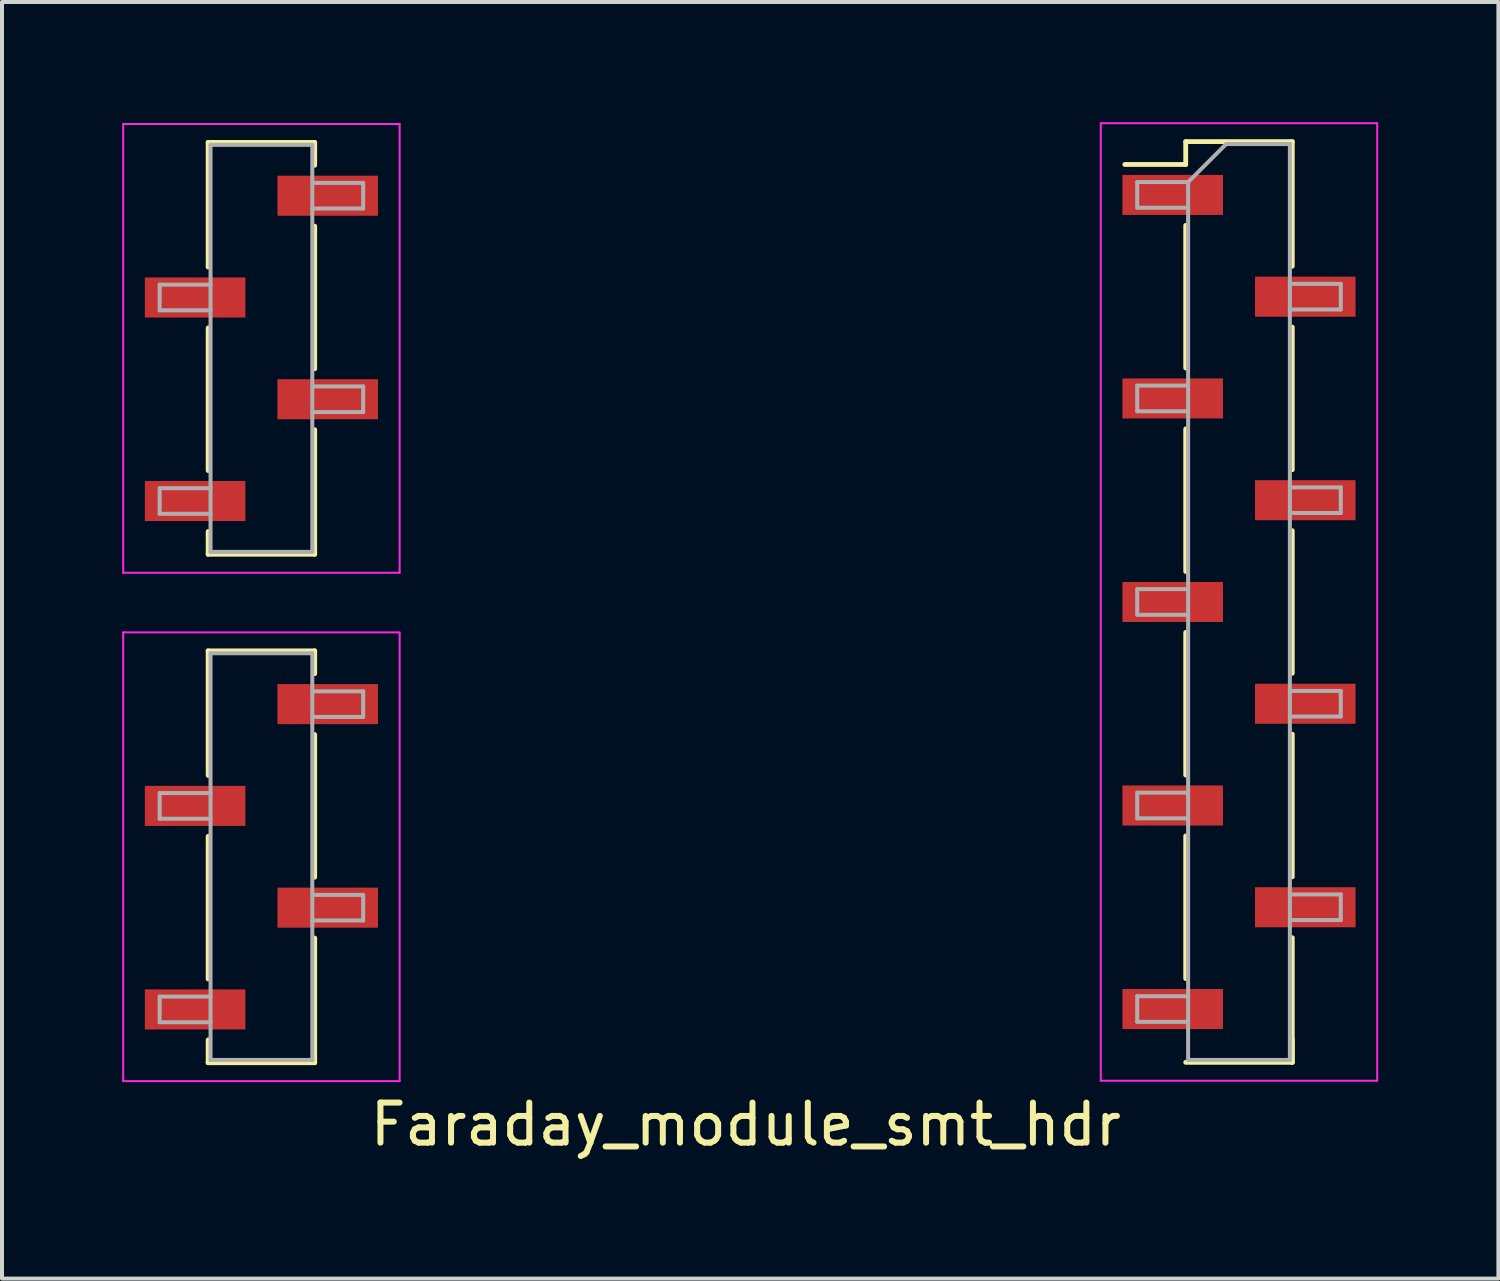
<source format=kicad_pcb>
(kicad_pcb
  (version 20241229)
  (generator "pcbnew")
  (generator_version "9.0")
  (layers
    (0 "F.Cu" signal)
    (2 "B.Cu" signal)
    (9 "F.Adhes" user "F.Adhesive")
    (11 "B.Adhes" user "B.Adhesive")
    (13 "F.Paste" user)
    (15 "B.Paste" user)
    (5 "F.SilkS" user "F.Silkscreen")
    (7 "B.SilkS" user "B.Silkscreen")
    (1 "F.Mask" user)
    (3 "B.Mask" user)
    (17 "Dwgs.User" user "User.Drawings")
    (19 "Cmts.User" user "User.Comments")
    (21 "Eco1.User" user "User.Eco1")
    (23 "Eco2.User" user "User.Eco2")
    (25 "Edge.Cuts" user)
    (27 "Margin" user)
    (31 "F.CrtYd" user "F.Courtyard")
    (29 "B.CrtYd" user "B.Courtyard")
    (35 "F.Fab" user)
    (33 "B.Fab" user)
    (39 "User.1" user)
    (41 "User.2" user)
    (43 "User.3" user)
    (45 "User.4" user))
  (footprint "Faraday_module_smt_hdr"
    (layer "F.Cu")
    (at 15.575 12.025)
    (property "Reference" "Faraday_module_smt_hdr" (at -0.01 12.99 0) (layer "F.SilkS") (effects (font (size 1 1) (thickness 0.15))))
    (attr through_hole)
    (fp_line (start -13.43 -11.52) (end -13.43 -8.41) (stroke (width 0.12) (type solid)) (layer "F.SilkS"))
    (fp_line (start -13.43 -6.89) (end -13.43 -3.33) (stroke (width 0.12) (type solid)) (layer "F.SilkS"))
    (fp_line (start -13.43 -1.81) (end -13.43 -1.24) (stroke (width 0.12) (type solid)) (layer "F.SilkS"))
    (fp_line (start -13.43 1.17) (end -13.43 4.28) (stroke (width 0.12) (type solid)) (layer "F.SilkS"))
    (fp_line (start -13.43 5.8) (end -13.43 9.36) (stroke (width 0.12) (type solid)) (layer "F.SilkS"))
    (fp_line (start -13.43 10.88) (end -13.43 11.45) (stroke (width 0.12) (type solid)) (layer "F.SilkS"))
    (fp_line (start -10.77 -11.52) (end -13.43 -11.52) (stroke (width 0.12) (type solid)) (layer "F.SilkS"))
    (fp_line (start -10.77 -11.52) (end -10.77 -10.95) (stroke (width 0.12) (type solid)) (layer "F.SilkS"))
    (fp_line (start -10.77 -9.43) (end -10.77 -5.87) (stroke (width 0.12) (type solid)) (layer "F.SilkS"))
    (fp_line (start -10.77 -4.35) (end -10.77 -1.24) (stroke (width 0.12) (type solid)) (layer "F.SilkS"))
    (fp_line (start -10.77 -1.24) (end -13.43 -1.24) (stroke (width 0.12) (type solid)) (layer "F.SilkS"))
    (fp_line (start -10.77 1.17) (end -13.43 1.17) (stroke (width 0.12) (type solid)) (layer "F.SilkS"))
    (fp_line (start -10.77 1.17) (end -10.77 1.74) (stroke (width 0.12) (type solid)) (layer "F.SilkS"))
    (fp_line (start -10.77 3.26) (end -10.77 6.82) (stroke (width 0.12) (type solid)) (layer "F.SilkS"))
    (fp_line (start -10.77 8.34) (end -10.77 11.45) (stroke (width 0.12) (type solid)) (layer "F.SilkS"))
    (fp_line (start -10.77 11.44) (end -13.43 11.44) (stroke (width 0.12) (type solid)) (layer "F.SilkS"))
    (fp_line (start -10.77 11.45) (end -13.43 11.45) (stroke (width 0.12) (type solid)) (layer "F.SilkS"))
    (fp_line (start 10.97 -11.54) (end 10.97 -10.97) (stroke (width 0.12) (type solid)) (layer "F.SilkS"))
    (fp_line (start 10.97 -11.54) (end 13.63 -11.54) (stroke (width 0.12) (type solid)) (layer "F.SilkS"))
    (fp_line (start 10.97 -10.97) (end 9.45 -10.97) (stroke (width 0.12) (type solid)) (layer "F.SilkS"))
    (fp_line (start 10.97 -9.45) (end 10.97 -5.89) (stroke (width 0.12) (type solid)) (layer "F.SilkS"))
    (fp_line (start 10.97 -4.37) (end 10.97 -0.81) (stroke (width 0.12) (type solid)) (layer "F.SilkS"))
    (fp_line (start 10.97 0.71) (end 10.97 4.27) (stroke (width 0.12) (type solid)) (layer "F.SilkS"))
    (fp_line (start 10.97 5.79) (end 10.97 9.35) (stroke (width 0.12) (type solid)) (layer "F.SilkS"))
    (fp_line (start 10.97 11.44) (end 13.63 11.44) (stroke (width 0.12) (type solid)) (layer "F.SilkS"))
    (fp_line (start 13.63 -11.54) (end 13.63 -8.43) (stroke (width 0.12) (type solid)) (layer "F.SilkS"))
    (fp_line (start 13.63 -6.91) (end 13.63 -3.35) (stroke (width 0.12) (type solid)) (layer "F.SilkS"))
    (fp_line (start 13.63 -1.83) (end 13.63 1.73) (stroke (width 0.12) (type solid)) (layer "F.SilkS"))
    (fp_line (start 13.63 3.25) (end 13.63 6.81) (stroke (width 0.12) (type solid)) (layer "F.SilkS"))
    (fp_line (start 13.63 8.33) (end 13.63 11.44) (stroke (width 0.12) (type solid)) (layer "F.SilkS"))
    (fp_line (start 13.63 10.87) (end 13.63 11.44) (stroke (width 0.12) (type solid)) (layer "F.SilkS"))
    (fp_line (start -15.55 -11.98) (end -8.65 -11.98) (stroke (width 0.05) (type solid)) (layer "F.CrtYd"))
    (fp_line (start -15.55 -0.78) (end -15.55 -11.98) (stroke (width 0.05) (type solid)) (layer "F.CrtYd"))
    (fp_line (start -15.55 0.71) (end -8.65 0.71) (stroke (width 0.05) (type solid)) (layer "F.CrtYd"))
    (fp_line (start -15.55 11.91) (end -15.55 0.71) (stroke (width 0.05) (type solid)) (layer "F.CrtYd"))
    (fp_line (start -8.65 -11.98) (end -8.65 -0.78) (stroke (width 0.05) (type solid)) (layer "F.CrtYd"))
    (fp_line (start -8.65 -0.78) (end -15.55 -0.78) (stroke (width 0.05) (type solid)) (layer "F.CrtYd"))
    (fp_line (start -8.65 0.71) (end -8.65 11.91) (stroke (width 0.05) (type solid)) (layer "F.CrtYd"))
    (fp_line (start -8.65 11.91) (end -15.55 11.91) (stroke (width 0.05) (type solid)) (layer "F.CrtYd"))
    (fp_line (start 8.85 -12) (end 8.85 11.9) (stroke (width 0.05) (type solid)) (layer "F.CrtYd"))
    (fp_line (start 8.85 11.9) (end 15.75 11.9) (stroke (width 0.05) (type solid)) (layer "F.CrtYd"))
    (fp_line (start 15.75 -12) (end 8.85 -12) (stroke (width 0.05) (type solid)) (layer "F.CrtYd"))
    (fp_line (start 15.75 11.9) (end 15.75 -12) (stroke (width 0.05) (type solid)) (layer "F.CrtYd"))
    (fp_line (start -14.64 -7.97) (end -14.64 -7.33) (stroke (width 0.1) (type solid)) (layer "F.Fab"))
    (fp_line (start -14.64 -7.33) (end -13.37 -7.33) (stroke (width 0.1) (type solid)) (layer "F.Fab"))
    (fp_line (start -14.64 -2.89) (end -14.64 -2.25) (stroke (width 0.1) (type solid)) (layer "F.Fab"))
    (fp_line (start -14.64 -2.25) (end -13.37 -2.25) (stroke (width 0.1) (type solid)) (layer "F.Fab"))
    (fp_line (start -14.64 4.72) (end -14.64 5.36) (stroke (width 0.1) (type solid)) (layer "F.Fab"))
    (fp_line (start -14.64 5.36) (end -13.37 5.36) (stroke (width 0.1) (type solid)) (layer "F.Fab"))
    (fp_line (start -14.64 9.8) (end -14.64 10.44) (stroke (width 0.1) (type solid)) (layer "F.Fab"))
    (fp_line (start -14.64 10.44) (end -13.37 10.44) (stroke (width 0.1) (type solid)) (layer "F.Fab"))
    (fp_line (start -13.37 -11.46) (end -13.37 -1.3) (stroke (width 0.1) (type solid)) (layer "F.Fab"))
    (fp_line (start -13.37 -7.97) (end -14.64 -7.97) (stroke (width 0.1) (type solid)) (layer "F.Fab"))
    (fp_line (start -13.37 -2.89) (end -14.64 -2.89) (stroke (width 0.1) (type solid)) (layer "F.Fab"))
    (fp_line (start -13.37 -1.3) (end -10.83 -1.3) (stroke (width 0.1) (type solid)) (layer "F.Fab"))
    (fp_line (start -13.37 1.23) (end -13.37 11.39) (stroke (width 0.1) (type solid)) (layer "F.Fab"))
    (fp_line (start -13.37 4.72) (end -14.64 4.72) (stroke (width 0.1) (type solid)) (layer "F.Fab"))
    (fp_line (start -13.37 9.8) (end -14.64 9.8) (stroke (width 0.1) (type solid)) (layer "F.Fab"))
    (fp_line (start -13.37 11.38) (end -10.83 11.38) (stroke (width 0.1) (type solid)) (layer "F.Fab"))
    (fp_line (start -10.83 -11.46) (end -13.37 -11.46) (stroke (width 0.1) (type solid)) (layer "F.Fab"))
    (fp_line (start -10.83 -10.51) (end -9.56 -10.51) (stroke (width 0.1) (type solid)) (layer "F.Fab"))
    (fp_line (start -10.83 -5.43) (end -9.56 -5.43) (stroke (width 0.1) (type solid)) (layer "F.Fab"))
    (fp_line (start -10.83 -1.3) (end -10.83 -11.46) (stroke (width 0.1) (type solid)) (layer "F.Fab"))
    (fp_line (start -10.83 1.23) (end -13.37 1.23) (stroke (width 0.1) (type solid)) (layer "F.Fab"))
    (fp_line (start -10.83 2.18) (end -9.56 2.18) (stroke (width 0.1) (type solid)) (layer "F.Fab"))
    (fp_line (start -10.83 7.26) (end -9.56 7.26) (stroke (width 0.1) (type solid)) (layer "F.Fab"))
    (fp_line (start -10.83 11.39) (end -10.83 1.23) (stroke (width 0.1) (type solid)) (layer "F.Fab"))
    (fp_line (start -9.56 -10.51) (end -9.56 -9.87) (stroke (width 0.1) (type solid)) (layer "F.Fab"))
    (fp_line (start -9.56 -9.87) (end -10.83 -9.87) (stroke (width 0.1) (type solid)) (layer "F.Fab"))
    (fp_line (start -9.56 -5.43) (end -9.56 -4.79) (stroke (width 0.1) (type solid)) (layer "F.Fab"))
    (fp_line (start -9.56 -4.79) (end -10.83 -4.79) (stroke (width 0.1) (type solid)) (layer "F.Fab"))
    (fp_line (start -9.56 2.18) (end -9.56 2.82) (stroke (width 0.1) (type solid)) (layer "F.Fab"))
    (fp_line (start -9.56 2.82) (end -10.83 2.82) (stroke (width 0.1) (type solid)) (layer "F.Fab"))
    (fp_line (start -9.56 7.26) (end -9.56 7.9) (stroke (width 0.1) (type solid)) (layer "F.Fab"))
    (fp_line (start -9.56 7.9) (end -10.83 7.9) (stroke (width 0.1) (type solid)) (layer "F.Fab"))
    (fp_line (start 9.76 -10.53) (end 9.76 -9.89) (stroke (width 0.1) (type solid)) (layer "F.Fab"))
    (fp_line (start 9.76 -9.89) (end 11.03 -9.89) (stroke (width 0.1) (type solid)) (layer "F.Fab"))
    (fp_line (start 9.76 -5.45) (end 9.76 -4.81) (stroke (width 0.1) (type solid)) (layer "F.Fab"))
    (fp_line (start 9.76 -4.81) (end 11.03 -4.81) (stroke (width 0.1) (type solid)) (layer "F.Fab"))
    (fp_line (start 9.76 -0.37) (end 9.76 0.27) (stroke (width 0.1) (type solid)) (layer "F.Fab"))
    (fp_line (start 9.76 0.27) (end 11.03 0.27) (stroke (width 0.1) (type solid)) (layer "F.Fab"))
    (fp_line (start 9.76 4.71) (end 9.76 5.35) (stroke (width 0.1) (type solid)) (layer "F.Fab"))
    (fp_line (start 9.76 5.35) (end 11.03 5.35) (stroke (width 0.1) (type solid)) (layer "F.Fab"))
    (fp_line (start 9.76 9.79) (end 9.76 10.43) (stroke (width 0.1) (type solid)) (layer "F.Fab"))
    (fp_line (start 9.76 10.43) (end 11.03 10.43) (stroke (width 0.1) (type solid)) (layer "F.Fab"))
    (fp_line (start 11.03 -10.53) (end 9.76 -10.53) (stroke (width 0.1) (type solid)) (layer "F.Fab"))
    (fp_line (start 11.03 -10.53) (end 11.98 -11.48) (stroke (width 0.1) (type solid)) (layer "F.Fab"))
    (fp_line (start 11.03 -5.45) (end 9.76 -5.45) (stroke (width 0.1) (type solid)) (layer "F.Fab"))
    (fp_line (start 11.03 -0.37) (end 9.76 -0.37) (stroke (width 0.1) (type solid)) (layer "F.Fab"))
    (fp_line (start 11.03 4.71) (end 9.76 4.71) (stroke (width 0.1) (type solid)) (layer "F.Fab"))
    (fp_line (start 11.03 9.79) (end 9.76 9.79) (stroke (width 0.1) (type solid)) (layer "F.Fab"))
    (fp_line (start 11.03 11.38) (end 11.03 -10.53) (stroke (width 0.1) (type solid)) (layer "F.Fab"))
    (fp_line (start 11.98 -11.48) (end 13.57 -11.48) (stroke (width 0.1) (type solid)) (layer "F.Fab"))
    (fp_line (start 13.57 -11.48) (end 13.57 11.38) (stroke (width 0.1) (type solid)) (layer "F.Fab"))
    (fp_line (start 13.57 -7.99) (end 14.84 -7.99) (stroke (width 0.1) (type solid)) (layer "F.Fab"))
    (fp_line (start 13.57 -2.91) (end 14.84 -2.91) (stroke (width 0.1) (type solid)) (layer "F.Fab"))
    (fp_line (start 13.57 2.17) (end 14.84 2.17) (stroke (width 0.1) (type solid)) (layer "F.Fab"))
    (fp_line (start 13.57 7.25) (end 14.84 7.25) (stroke (width 0.1) (type solid)) (layer "F.Fab"))
    (fp_line (start 13.57 11.38) (end 11.03 11.38) (stroke (width 0.1) (type solid)) (layer "F.Fab"))
    (fp_line (start 14.84 -7.99) (end 14.84 -7.35) (stroke (width 0.1) (type solid)) (layer "F.Fab"))
    (fp_line (start 14.84 -7.35) (end 13.57 -7.35) (stroke (width 0.1) (type solid)) (layer "F.Fab"))
    (fp_line (start 14.84 -2.91) (end 14.84 -2.27) (stroke (width 0.1) (type solid)) (layer "F.Fab"))
    (fp_line (start 14.84 -2.27) (end 13.57 -2.27) (stroke (width 0.1) (type solid)) (layer "F.Fab"))
    (fp_line (start 14.84 2.17) (end 14.84 2.81) (stroke (width 0.1) (type solid)) (layer "F.Fab"))
    (fp_line (start 14.84 2.81) (end 13.57 2.81) (stroke (width 0.1) (type solid)) (layer "F.Fab"))
    (fp_line (start 14.84 7.25) (end 14.84 7.89) (stroke (width 0.1) (type solid)) (layer "F.Fab"))
    (fp_line (start 14.84 7.89) (end 13.57 7.89) (stroke (width 0.1) (type solid)) (layer "F.Fab"))
    (pad "1" smd rect (at 10.645 -10.21) (size 2.51 1) (layers "F.Cu" "F.Mask" "F.Paste"))
    (pad "2" smd rect (at 13.955 -7.67) (size 2.51 1) (layers "F.Cu" "F.Mask" "F.Paste"))
    (pad "3" smd rect (at 10.645 -5.13) (size 2.51 1) (layers "F.Cu" "F.Mask" "F.Paste"))
    (pad "4" smd rect (at 13.955 -2.59) (size 2.51 1) (layers "F.Cu" "F.Mask" "F.Paste"))
    (pad "5" smd rect (at 10.645 -0.05) (size 2.51 1) (layers "F.Cu" "F.Mask" "F.Paste"))
    (pad "6" smd rect (at 13.955 2.49) (size 2.51 1) (layers "F.Cu" "F.Mask" "F.Paste"))
    (pad "7" smd rect (at 10.645 5.03) (size 2.51 1) (layers "F.Cu" "F.Mask" "F.Paste"))
    (pad "8" smd rect (at 13.955 7.57) (size 2.51 1) (layers "F.Cu" "F.Mask" "F.Paste"))
    (pad "9" smd rect (at 10.645 10.11) (size 2.51 1) (layers "F.Cu" "F.Mask" "F.Paste"))
    (pad "10" smd rect (at -13.755 10.12) (size 2.51 1) (layers "F.Cu" "F.Mask" "F.Paste"))
    (pad "11" smd rect (at -10.445 7.58) (size 2.51 1) (layers "F.Cu" "F.Mask" "F.Paste"))
    (pad "12" smd rect (at -13.755 5.04) (size 2.51 1) (layers "F.Cu" "F.Mask" "F.Paste"))
    (pad "13" smd rect (at -10.445 2.5) (size 2.51 1) (layers "F.Cu" "F.Mask" "F.Paste"))
    (pad "14" smd rect (at -13.755 -2.57) (size 2.51 1) (layers "F.Cu" "F.Mask" "F.Paste"))
    (pad "15" smd rect (at -10.445 -5.11) (size 2.51 1) (layers "F.Cu" "F.Mask" "F.Paste"))
    (pad "16" smd rect (at -13.755 -7.65) (size 2.51 1) (layers "F.Cu" "F.Mask" "F.Paste"))
    (pad "17" smd rect (at -10.445 -10.19) (size 2.51 1) (layers "F.Cu" "F.Mask" "F.Paste")))
  (gr_rect
    (start -3 -3)
    (end 34.35 28.863)
    (stroke (width 0.1) (type default))
    (fill no)
    (layer "Edge.Cuts")))
</source>
